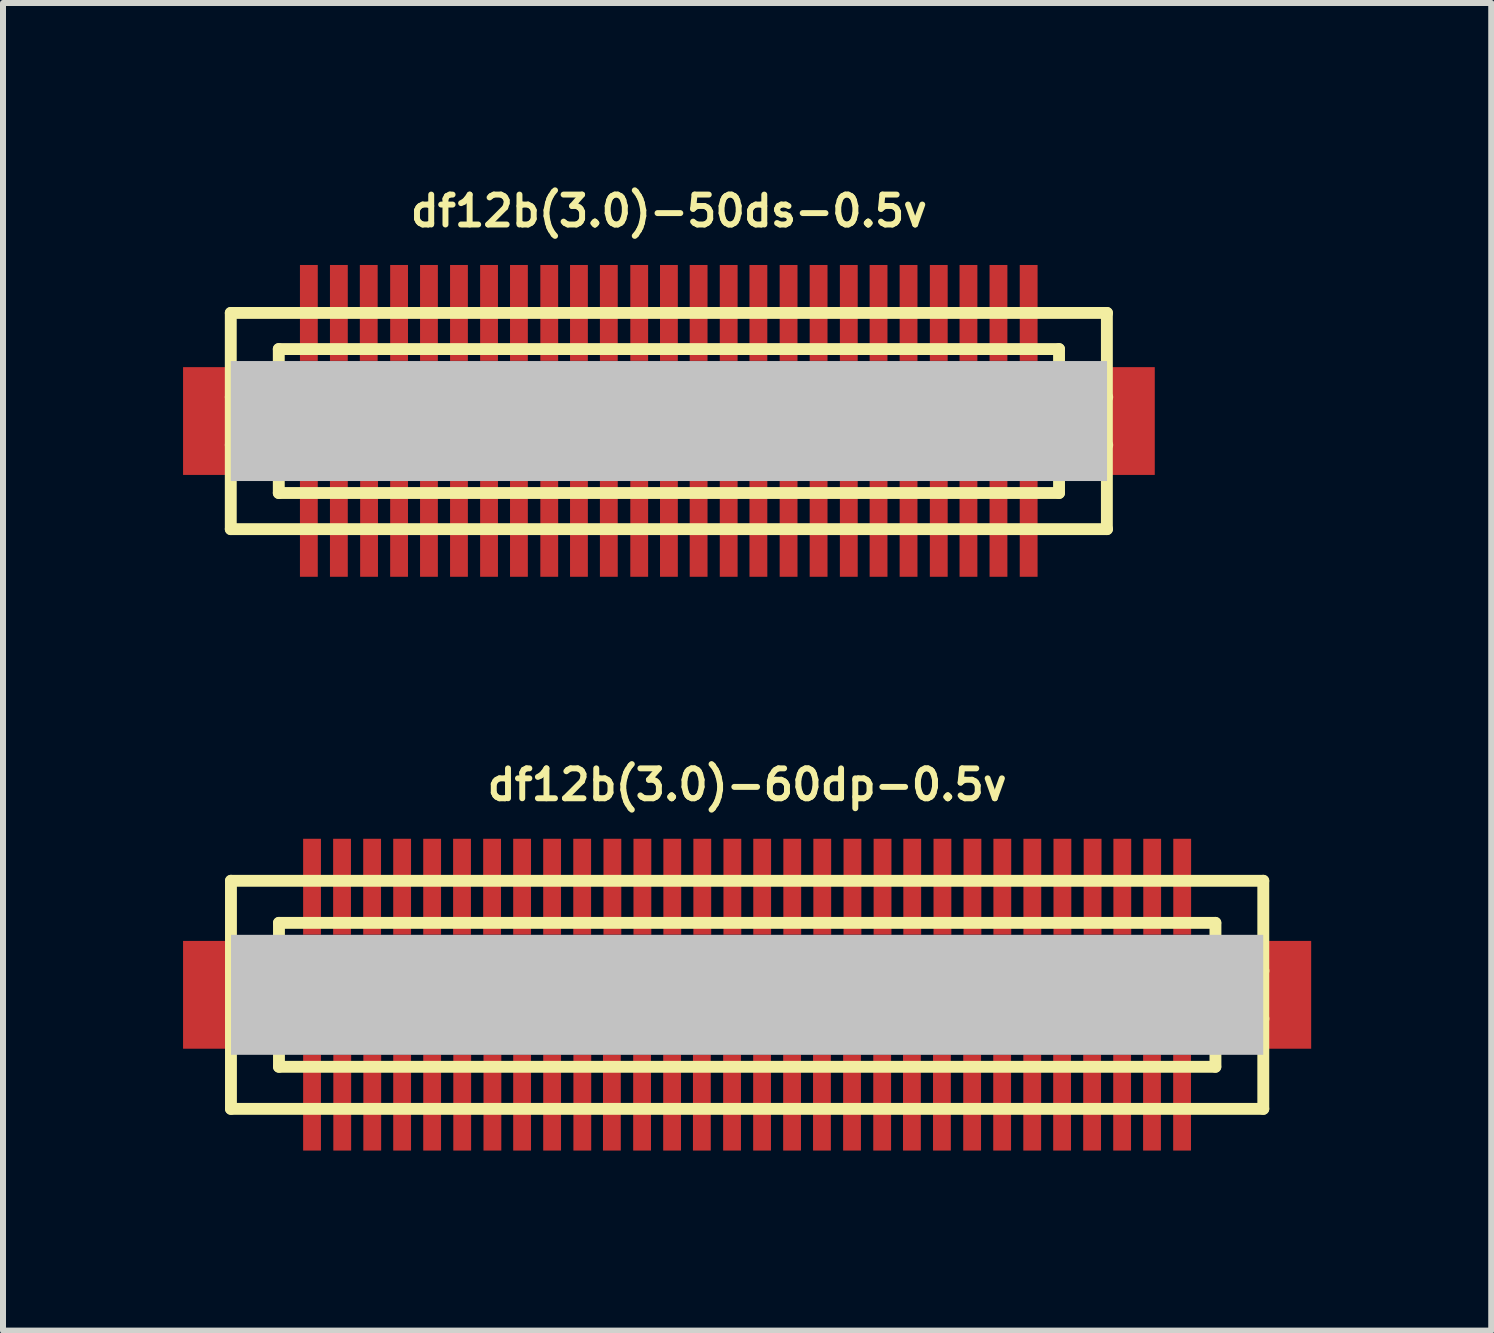
<source format=kicad_pcb>
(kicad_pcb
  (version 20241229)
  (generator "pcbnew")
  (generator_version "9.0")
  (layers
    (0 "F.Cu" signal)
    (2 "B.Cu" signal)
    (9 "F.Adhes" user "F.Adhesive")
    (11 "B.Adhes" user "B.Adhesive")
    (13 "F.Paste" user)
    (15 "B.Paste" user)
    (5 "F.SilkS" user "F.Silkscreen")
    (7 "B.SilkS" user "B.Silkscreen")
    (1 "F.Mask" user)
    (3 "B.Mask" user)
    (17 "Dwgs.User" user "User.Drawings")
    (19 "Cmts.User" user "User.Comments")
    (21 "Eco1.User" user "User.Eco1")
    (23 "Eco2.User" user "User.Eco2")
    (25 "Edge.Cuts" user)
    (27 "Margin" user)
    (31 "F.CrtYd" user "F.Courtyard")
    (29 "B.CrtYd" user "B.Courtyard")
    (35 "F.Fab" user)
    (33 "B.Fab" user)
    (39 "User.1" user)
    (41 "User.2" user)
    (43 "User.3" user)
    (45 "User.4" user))
  (footprint "df12b(3.0)-60dp-0.5v"
    (layer "F.Cu")
    (at 9.398 13.525)
    (property "Reference" "df12b(3.0)-60dp-0.5v" (at 0 -3.5 0) (layer "F.SilkS") (effects (font (size 0.498 0.498) (thickness 0.099))))
    (attr smd)
    (fp_line (start -8.6 -1.9) (end -8.6 1.9) (stroke (width 0.198) (type solid)) (layer "F.SilkS"))
    (fp_line (start -8.6 1.9) (end 8.6 1.9) (stroke (width 0.198) (type solid)) (layer "F.SilkS"))
    (fp_line (start -7.8 -1.199) (end 7.8 -1.199) (stroke (width 0.198) (type solid)) (layer "F.SilkS"))
    (fp_line (start -7.8 -0.399) (end -8.6 -0.399) (stroke (width 0.198) (type solid)) (layer "F.SilkS"))
    (fp_line (start -7.8 0.399) (end -8.6 0.399) (stroke (width 0.198) (type solid)) (layer "F.SilkS"))
    (fp_line (start -7.8 1.199) (end -7.8 -1.199) (stroke (width 0.198) (type solid)) (layer "F.SilkS"))
    (fp_line (start 7.8 1.199) (end -7.8 1.199) (stroke (width 0.198) (type solid)) (layer "F.SilkS"))
    (fp_line (start 7.803 -1.199) (end 7.803 1.199) (stroke (width 0.198) (type solid)) (layer "F.SilkS"))
    (fp_line (start 7.803 -0.399) (end 8.603 -0.399) (stroke (width 0.198) (type solid)) (layer "F.SilkS"))
    (fp_line (start 8.6 -1.9) (end -8.6 -1.9) (stroke (width 0.198) (type solid)) (layer "F.SilkS"))
    (fp_line (start 8.6 1.9) (end 8.6 -1.9) (stroke (width 0.198) (type solid)) (layer "F.SilkS"))
    (fp_line (start 8.603 0.399) (end 7.803 0.399) (stroke (width 0.198) (type solid)) (layer "F.SilkS"))
    (pad "" smd rect (at -8.999 0) (size 0.798 1.796) (layers "F.Cu" "F.Mask" "F.Paste"))
    (pad "" smd rect (at 0 0) (size 17.198 1.999) (layers "Dwgs.User"))
    (pad "" smd rect (at 8.999 0) (size 0.798 1.796) (layers "F.Cu" "F.Mask" "F.Paste"))
    (pad "1" smd rect (at 7.247 1.796) (size 0.297 1.598) (layers "F.Cu" "F.Mask" "F.Paste"))
    (pad "2" smd rect (at 6.746 1.796) (size 0.297 1.598) (layers "F.Cu" "F.Mask" "F.Paste"))
    (pad "3" smd rect (at 6.248 1.796) (size 0.297 1.598) (layers "F.Cu" "F.Mask" "F.Paste"))
    (pad "4" smd rect (at 5.748 1.796) (size 0.297 1.598) (layers "F.Cu" "F.Mask" "F.Paste"))
    (pad "5" smd rect (at 5.248 1.796) (size 0.297 1.598) (layers "F.Cu" "F.Mask" "F.Paste"))
    (pad "6" smd rect (at 4.75 1.796) (size 0.297 1.598) (layers "F.Cu" "F.Mask" "F.Paste"))
    (pad "7" smd rect (at 4.249 1.796) (size 0.297 1.598) (layers "F.Cu" "F.Mask" "F.Paste"))
    (pad "8" smd rect (at 3.749 1.796) (size 0.297 1.598) (layers "F.Cu" "F.Mask" "F.Paste"))
    (pad "9" smd rect (at 3.246 1.796) (size 0.297 1.598) (layers "F.Cu" "F.Mask" "F.Paste"))
    (pad "10" smd rect (at 2.746 1.796) (size 0.297 1.598) (layers "F.Cu" "F.Mask" "F.Paste"))
    (pad "11" smd rect (at 2.25 1.796) (size 0.297 1.598) (layers "F.Cu" "F.Mask" "F.Paste"))
    (pad "12" smd rect (at 1.748 1.796) (size 0.297 1.598) (layers "F.Cu" "F.Mask" "F.Paste"))
    (pad "13" smd rect (at 1.247 1.796) (size 0.297 1.598) (layers "F.Cu" "F.Mask" "F.Paste"))
    (pad "14" smd rect (at 0.749 1.796) (size 0.297 1.598) (layers "F.Cu" "F.Mask" "F.Paste"))
    (pad "15" smd rect (at 0.249 1.796) (size 0.297 1.598) (layers "F.Cu" "F.Mask" "F.Paste"))
    (pad "16" smd rect (at -0.251 1.796) (size 0.297 1.598) (layers "F.Cu" "F.Mask" "F.Paste"))
    (pad "17" smd rect (at -0.754 1.796) (size 0.297 1.598) (layers "F.Cu" "F.Mask" "F.Paste"))
    (pad "18" smd rect (at -1.25 1.796) (size 0.297 1.598) (layers "F.Cu" "F.Mask" "F.Paste"))
    (pad "19" smd rect (at -1.75 1.796) (size 0.297 1.598) (layers "F.Cu" "F.Mask" "F.Paste"))
    (pad "20" smd rect (at -2.253 1.796) (size 0.297 1.598) (layers "F.Cu" "F.Mask" "F.Paste"))
    (pad "21" smd rect (at -2.746 1.796) (size 0.297 1.598) (layers "F.Cu" "F.Mask" "F.Paste"))
    (pad "22" smd rect (at -3.249 1.796) (size 0.297 1.598) (layers "F.Cu" "F.Mask" "F.Paste"))
    (pad "23" smd rect (at -3.749 1.796) (size 0.297 1.598) (layers "F.Cu" "F.Mask" "F.Paste"))
    (pad "24" smd rect (at -4.244 1.796) (size 0.297 1.598) (layers "F.Cu" "F.Mask" "F.Paste"))
    (pad "25" smd rect (at -4.747 1.796) (size 0.297 1.598) (layers "F.Cu" "F.Mask" "F.Paste"))
    (pad "26" smd rect (at -5.248 1.796) (size 0.297 1.598) (layers "F.Cu" "F.Mask" "F.Paste"))
    (pad "27" smd rect (at -5.748 1.796) (size 0.297 1.598) (layers "F.Cu" "F.Mask" "F.Paste"))
    (pad "28" smd rect (at -6.246 1.796) (size 0.297 1.598) (layers "F.Cu" "F.Mask" "F.Paste"))
    (pad "29" smd rect (at -6.746 1.796) (size 0.297 1.598) (layers "F.Cu" "F.Mask" "F.Paste"))
    (pad "30" smd rect (at -7.249 1.796) (size 0.297 1.598) (layers "F.Cu" "F.Mask" "F.Paste"))
    (pad "31" smd rect (at -7.249 -1.801) (size 0.297 1.598) (layers "F.Cu" "F.Mask" "F.Paste"))
    (pad "32" smd rect (at -6.749 -1.801) (size 0.297 1.598) (layers "F.Cu" "F.Mask" "F.Paste"))
    (pad "33" smd rect (at -6.248 -1.801) (size 0.297 1.598) (layers "F.Cu" "F.Mask" "F.Paste"))
    (pad "34" smd rect (at -5.748 -1.801) (size 0.297 1.598) (layers "F.Cu" "F.Mask" "F.Paste"))
    (pad "35" smd rect (at -5.248 -1.801) (size 0.297 1.598) (layers "F.Cu" "F.Mask" "F.Paste"))
    (pad "36" smd rect (at -4.75 -1.801) (size 0.297 1.598) (layers "F.Cu" "F.Mask" "F.Paste"))
    (pad "37" smd rect (at -4.249 -1.801) (size 0.297 1.598) (layers "F.Cu" "F.Mask" "F.Paste"))
    (pad "38" smd rect (at -3.749 -1.801) (size 0.297 1.598) (layers "F.Cu" "F.Mask" "F.Paste"))
    (pad "39" smd rect (at -3.249 -1.801) (size 0.297 1.598) (layers "F.Cu" "F.Mask" "F.Paste"))
    (pad "40" smd rect (at -2.748 -1.801) (size 0.297 1.598) (layers "F.Cu" "F.Mask" "F.Paste"))
    (pad "41" smd rect (at -2.245 -1.801) (size 0.297 1.598) (layers "F.Cu" "F.Mask" "F.Paste"))
    (pad "42" smd rect (at -1.745 -1.801) (size 0.297 1.598) (layers "F.Cu" "F.Mask" "F.Paste"))
    (pad "43" smd rect (at -1.247 -1.801) (size 0.297 1.598) (layers "F.Cu" "F.Mask" "F.Paste"))
    (pad "44" smd rect (at -0.747 -1.801) (size 0.297 1.598) (layers "F.Cu" "F.Mask" "F.Paste"))
    (pad "45" smd rect (at -0.246 -1.801) (size 0.297 1.598) (layers "F.Cu" "F.Mask" "F.Paste"))
    (pad "46" smd rect (at 0.251 -1.801) (size 0.297 1.598) (layers "F.Cu" "F.Mask" "F.Paste"))
    (pad "47" smd rect (at 0.752 -1.801) (size 0.297 1.598) (layers "F.Cu" "F.Mask" "F.Paste"))
    (pad "48" smd rect (at 1.252 -1.801) (size 0.297 1.598) (layers "F.Cu" "F.Mask" "F.Paste"))
    (pad "49" smd rect (at 1.755 -1.801) (size 0.297 1.598) (layers "F.Cu" "F.Mask" "F.Paste"))
    (pad "50" smd rect (at 2.256 -1.801) (size 0.297 1.598) (layers "F.Cu" "F.Mask" "F.Paste"))
    (pad "51" smd rect (at 2.751 -1.801) (size 0.297 1.598) (layers "F.Cu" "F.Mask" "F.Paste"))
    (pad "52" smd rect (at 3.254 -1.801) (size 0.297 1.598) (layers "F.Cu" "F.Mask" "F.Paste"))
    (pad "53" smd rect (at 3.754 -1.801) (size 0.297 1.598) (layers "F.Cu" "F.Mask" "F.Paste"))
    (pad "54" smd rect (at 4.252 -1.801) (size 0.297 1.598) (layers "F.Cu" "F.Mask" "F.Paste"))
    (pad "55" smd rect (at 4.752 -1.801) (size 0.297 1.598) (layers "F.Cu" "F.Mask" "F.Paste"))
    (pad "56" smd rect (at 5.253 -1.801) (size 0.297 1.598) (layers "F.Cu" "F.Mask" "F.Paste"))
    (pad "57" smd rect (at 5.756 -1.801) (size 0.297 1.598) (layers "F.Cu" "F.Mask" "F.Paste"))
    (pad "58" smd rect (at 6.251 -1.801) (size 0.297 1.598) (layers "F.Cu" "F.Mask" "F.Paste"))
    (pad "59" smd rect (at 6.749 -1.801) (size 0.297 1.598) (layers "F.Cu" "F.Mask" "F.Paste"))
    (pad "60" smd rect (at 7.249 -1.801) (size 0.297 1.598) (layers "F.Cu" "F.Mask" "F.Paste")))
  (footprint "df12b(3.0)-50ds-0.5v"
    (layer "F.Cu")
    (at 8.095 3.965)
    (property "Reference" "df12b(3.0)-50ds-0.5v" (at 0 -3.5 0) (layer "F.SilkS") (effects (font (size 0.498 0.498) (thickness 0.099))))
    (attr smd)
    (fp_line (start -7.3 1.801) (end -7.3 -1.801) (stroke (width 0.198) (type solid)) (layer "F.SilkS"))
    (fp_line (start -7.3 1.801) (end 7.3 1.801) (stroke (width 0.198) (type solid)) (layer "F.SilkS"))
    (fp_line (start -6.5 -1.199) (end 6.5 -1.199) (stroke (width 0.198) (type solid)) (layer "F.SilkS"))
    (fp_line (start -6.5 -0.701) (end 6.5 -0.701) (stroke (width 0.198) (type solid)) (layer "F.SilkS"))
    (fp_line (start -6.5 -0.399) (end -7.3 -0.399) (stroke (width 0.198) (type solid)) (layer "F.SilkS"))
    (fp_line (start -6.5 0.399) (end -7.3 0.399) (stroke (width 0.198) (type solid)) (layer "F.SilkS"))
    (fp_line (start -6.5 0.701) (end 6.5 0.701) (stroke (width 0.198) (type solid)) (layer "F.SilkS"))
    (fp_line (start -6.5 1.199) (end -6.5 -1.199) (stroke (width 0.198) (type solid)) (layer "F.SilkS"))
    (fp_line (start 6.5 -1.199) (end 6.5 1.199) (stroke (width 0.198) (type solid)) (layer "F.SilkS"))
    (fp_line (start 6.5 1.199) (end -6.5 1.199) (stroke (width 0.198) (type solid)) (layer "F.SilkS"))
    (fp_line (start 6.502 -0.399) (end 7.303 -0.399) (stroke (width 0.198) (type solid)) (layer "F.SilkS"))
    (fp_line (start 7.297 -1.801) (end 7.297 1.801) (stroke (width 0.198) (type solid)) (layer "F.SilkS"))
    (fp_line (start 7.3 -1.801) (end -7.3 -1.801) (stroke (width 0.198) (type solid)) (layer "F.SilkS"))
    (fp_line (start 7.303 0.399) (end 6.502 0.399) (stroke (width 0.198) (type solid)) (layer "F.SilkS"))
    (pad "" smd rect (at -7.696 0) (size 0.798 1.796) (layers "F.Cu" "F.Mask" "F.Paste"))
    (pad "" smd rect (at 0 0) (size 14.6 1.999) (layers "Dwgs.User"))
    (pad "" smd rect (at 7.696 0) (size 0.798 1.796) (layers "F.Cu" "F.Mask" "F.Paste"))
    (pad "1" smd rect (at -5.999 1.796) (size 0.297 1.598) (layers "F.Cu" "F.Mask" "F.Paste"))
    (pad "2" smd rect (at -5.499 1.796) (size 0.297 1.598) (layers "F.Cu" "F.Mask" "F.Paste"))
    (pad "3" smd rect (at -4.996 1.796) (size 0.297 1.598) (layers "F.Cu" "F.Mask" "F.Paste"))
    (pad "4" smd rect (at -4.496 1.796) (size 0.297 1.598) (layers "F.Cu" "F.Mask" "F.Paste"))
    (pad "5" smd rect (at -3.998 1.796) (size 0.297 1.598) (layers "F.Cu" "F.Mask" "F.Paste"))
    (pad "6" smd rect (at -3.498 1.796) (size 0.297 1.598) (layers "F.Cu" "F.Mask" "F.Paste"))
    (pad "7" smd rect (at -2.997 1.796) (size 0.297 1.598) (layers "F.Cu" "F.Mask" "F.Paste"))
    (pad "8" smd rect (at -2.499 1.796) (size 0.297 1.598) (layers "F.Cu" "F.Mask" "F.Paste"))
    (pad "9" smd rect (at -1.994 1.796) (size 0.297 1.598) (layers "F.Cu" "F.Mask" "F.Paste"))
    (pad "10" smd rect (at -1.499 1.796) (size 0.297 1.598) (layers "F.Cu" "F.Mask" "F.Paste"))
    (pad "11" smd rect (at -1.001 1.796) (size 0.297 1.598) (layers "F.Cu" "F.Mask" "F.Paste"))
    (pad "12" smd rect (at -0.495 1.796) (size 0.297 1.598) (layers "F.Cu" "F.Mask" "F.Paste"))
    (pad "13" smd rect (at 0 1.796) (size 0.297 1.598) (layers "F.Cu" "F.Mask" "F.Paste"))
    (pad "14" smd rect (at 0.495 1.796) (size 0.297 1.598) (layers "F.Cu" "F.Mask" "F.Paste"))
    (pad "15" smd rect (at 0.996 1.796) (size 0.297 1.598) (layers "F.Cu" "F.Mask" "F.Paste"))
    (pad "16" smd rect (at 1.491 1.796) (size 0.297 1.598) (layers "F.Cu" "F.Mask" "F.Paste"))
    (pad "17" smd rect (at 1.994 1.796) (size 0.297 1.598) (layers "F.Cu" "F.Mask" "F.Paste"))
    (pad "18" smd rect (at 2.494 1.796) (size 0.297 1.598) (layers "F.Cu" "F.Mask" "F.Paste"))
    (pad "19" smd rect (at 2.997 1.796) (size 0.297 1.598) (layers "F.Cu" "F.Mask" "F.Paste"))
    (pad "20" smd rect (at 3.493 1.796) (size 0.297 1.598) (layers "F.Cu" "F.Mask" "F.Paste"))
    (pad "21" smd rect (at 3.993 1.796) (size 0.297 1.598) (layers "F.Cu" "F.Mask" "F.Paste"))
    (pad "22" smd rect (at 4.496 1.796) (size 0.297 1.598) (layers "F.Cu" "F.Mask" "F.Paste"))
    (pad "23" smd rect (at 4.991 1.796) (size 0.297 1.598) (layers "F.Cu" "F.Mask" "F.Paste"))
    (pad "24" smd rect (at 5.491 1.796) (size 0.297 1.598) (layers "F.Cu" "F.Mask" "F.Paste"))
    (pad "25" smd rect (at 5.994 1.796) (size 0.297 1.598) (layers "F.Cu" "F.Mask" "F.Paste"))
    (pad "26" smd rect (at 5.994 -1.801) (size 0.297 1.598) (layers "F.Cu" "F.Mask" "F.Paste"))
    (pad "27" smd rect (at 5.491 -1.801) (size 0.297 1.598) (layers "F.Cu" "F.Mask" "F.Paste"))
    (pad "28" smd rect (at 4.991 -1.801) (size 0.297 1.598) (layers "F.Cu" "F.Mask" "F.Paste"))
    (pad "29" smd rect (at 4.496 -1.801) (size 0.297 1.598) (layers "F.Cu" "F.Mask" "F.Paste"))
    (pad "30" smd rect (at 3.993 -1.801) (size 0.297 1.598) (layers "F.Cu" "F.Mask" "F.Paste"))
    (pad "31" smd rect (at 3.493 -1.801) (size 0.297 1.598) (layers "F.Cu" "F.Mask" "F.Paste"))
    (pad "32" smd rect (at 2.997 -1.801) (size 0.297 1.598) (layers "F.Cu" "F.Mask" "F.Paste"))
    (pad "33" smd rect (at 2.494 -1.801) (size 0.297 1.598) (layers "F.Cu" "F.Mask" "F.Paste"))
    (pad "34" smd rect (at 1.994 -1.801) (size 0.297 1.598) (layers "F.Cu" "F.Mask" "F.Paste"))
    (pad "35" smd rect (at 1.491 -1.801) (size 0.297 1.598) (layers "F.Cu" "F.Mask" "F.Paste"))
    (pad "36" smd rect (at 0.996 -1.801) (size 0.297 1.598) (layers "F.Cu" "F.Mask" "F.Paste"))
    (pad "37" smd rect (at 0.495 -1.801) (size 0.297 1.598) (layers "F.Cu" "F.Mask" "F.Paste"))
    (pad "38" smd rect (at 0 -1.801) (size 0.297 1.598) (layers "F.Cu" "F.Mask" "F.Paste"))
    (pad "39" smd rect (at -0.495 -1.801) (size 0.297 1.598) (layers "F.Cu" "F.Mask" "F.Paste"))
    (pad "40" smd rect (at -1.001 -1.801) (size 0.297 1.598) (layers "F.Cu" "F.Mask" "F.Paste"))
    (pad "41" smd rect (at -1.499 -1.801) (size 0.297 1.598) (layers "F.Cu" "F.Mask" "F.Paste"))
    (pad "42" smd rect (at -1.994 -1.801) (size 0.297 1.598) (layers "F.Cu" "F.Mask" "F.Paste"))
    (pad "43" smd rect (at -2.499 -1.801) (size 0.297 1.598) (layers "F.Cu" "F.Mask" "F.Paste"))
    (pad "44" smd rect (at -2.997 -1.801) (size 0.297 1.598) (layers "F.Cu" "F.Mask" "F.Paste"))
    (pad "45" smd rect (at -3.498 -1.801) (size 0.297 1.598) (layers "F.Cu" "F.Mask" "F.Paste"))
    (pad "46" smd rect (at -3.998 -1.801) (size 0.297 1.598) (layers "F.Cu" "F.Mask" "F.Paste"))
    (pad "47" smd rect (at -4.496 -1.801) (size 0.297 1.598) (layers "F.Cu" "F.Mask" "F.Paste"))
    (pad "48" smd rect (at -5.001 -1.801) (size 0.297 1.598) (layers "F.Cu" "F.Mask" "F.Paste"))
    (pad "49" smd rect (at -5.499 -1.801) (size 0.297 1.598) (layers "F.Cu" "F.Mask" "F.Paste"))
    (pad "50" smd rect (at -5.999 -1.801) (size 0.297 1.598) (layers "F.Cu" "F.Mask" "F.Paste")))
  (gr_rect
    (start -3 -3)
    (end 21.796 19.12)
    (stroke (width 0.1) (type default))
    (fill no)
    (layer "Edge.Cuts")))
</source>
